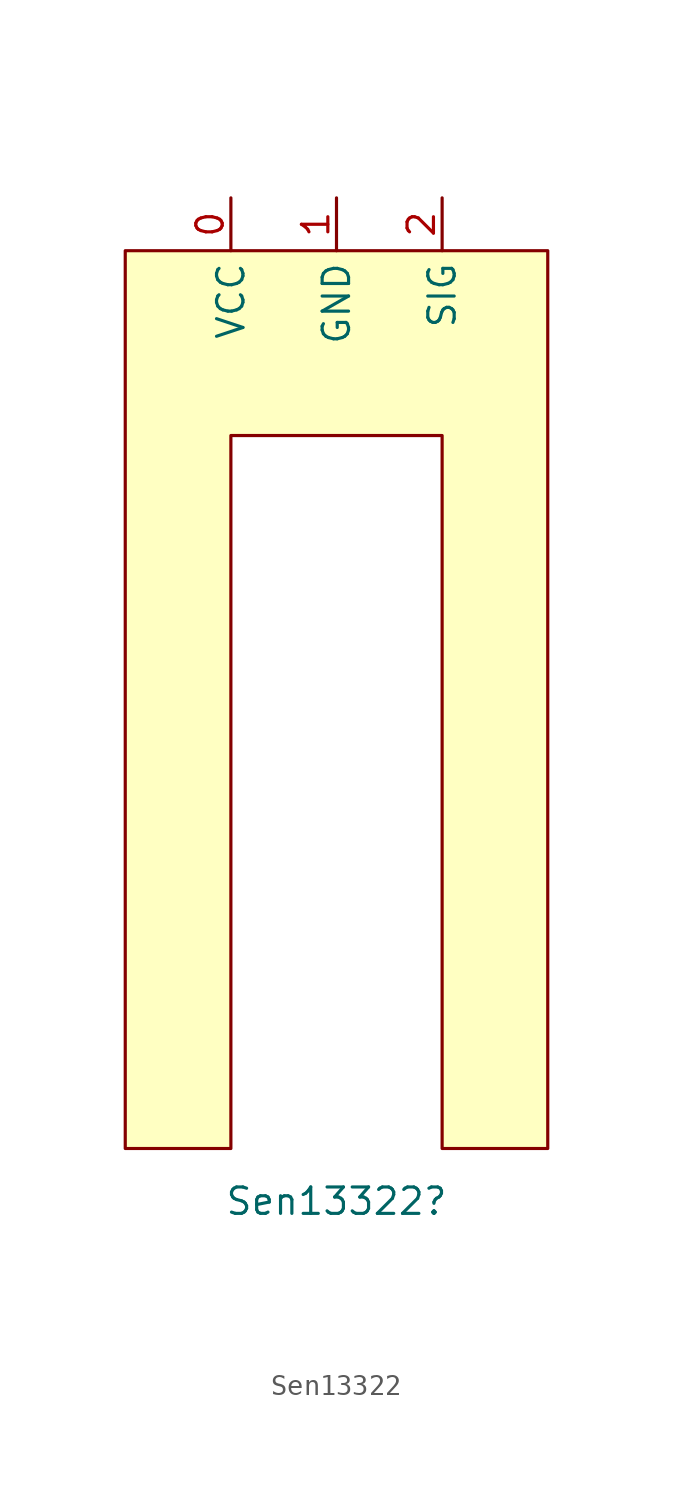
<source format=kicad_sym>
(kicad_symbol_lib
  (version 20220914)
  (generator kicad_symbol_editor)
  (symbol "Sen13322"
    (property "Reference" "Sen13322"
      (at 0 2.54 0)
      (effects (font (size 1.27 1.27))))
    (property "Value" ""
      (at 0 0 0)
      (effects (font (size 1.27 1.27))))
    (symbol "Sen13322_1_1"
      (polyline (pts (xy -10.16 48.26) (xy 10.16 48.26) (xy 10.16 5.08) (xy 5.08 5.08) (xy 5.08 39.37) (xy -5.08 39.37) (xy -5.08 5.08) (xy -10.16 5.08) (xy -10.16 48.26) (xy -10.16 48.26)) (stroke (width 0) (type default)) (fill (type background)))
      (pin power_in line (at -5.08 50.8 270) (length 2.54) (name "VCC" (effects (font (size 1.27 1.27)))) (number "0" (effects (font (size 1.27 1.27)))))
      (pin power_in line (at 0 50.8 270) (length 2.54) (name "GND" (effects (font (size 1.27 1.27)))) (number "1" (effects (font (size 1.27 1.27)))))
      (pin bidirectional line (at 5.08 50.8 270) (length 2.54) (name "SIG" (effects (font (size 1.27 1.27)))) (number "2" (effects (font (size 1.27 1.27))))))))
</source>
